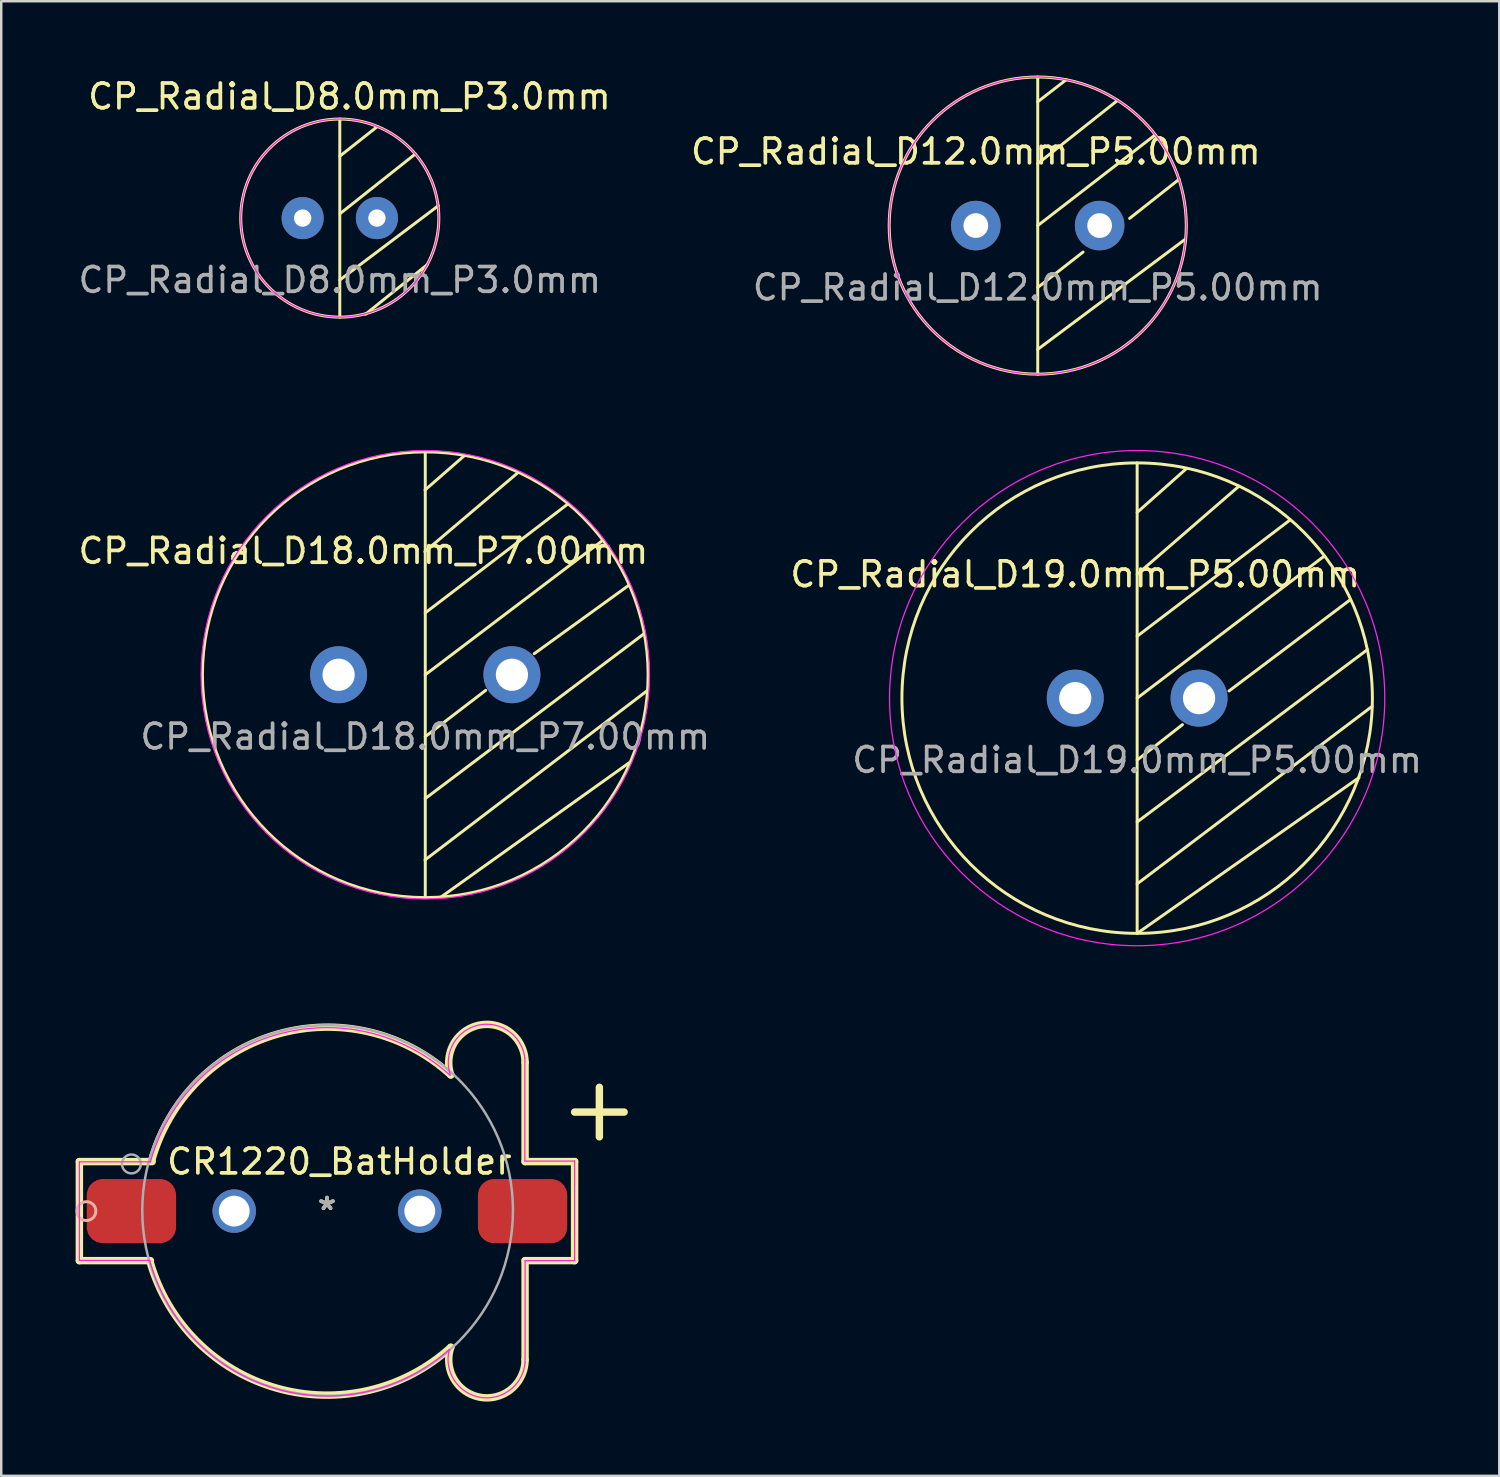
<source format=kicad_pcb>
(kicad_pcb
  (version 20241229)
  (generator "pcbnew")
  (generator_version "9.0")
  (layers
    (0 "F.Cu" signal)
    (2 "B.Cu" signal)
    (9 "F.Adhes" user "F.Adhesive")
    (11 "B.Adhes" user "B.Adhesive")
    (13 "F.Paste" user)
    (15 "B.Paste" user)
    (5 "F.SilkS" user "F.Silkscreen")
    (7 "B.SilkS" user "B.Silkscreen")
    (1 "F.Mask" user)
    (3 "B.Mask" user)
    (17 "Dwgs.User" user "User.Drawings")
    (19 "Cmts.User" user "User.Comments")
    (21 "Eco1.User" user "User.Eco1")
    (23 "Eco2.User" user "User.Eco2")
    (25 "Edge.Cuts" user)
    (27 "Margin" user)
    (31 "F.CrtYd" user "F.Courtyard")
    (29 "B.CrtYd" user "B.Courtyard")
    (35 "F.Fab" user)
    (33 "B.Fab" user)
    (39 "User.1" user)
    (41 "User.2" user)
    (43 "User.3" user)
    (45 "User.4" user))
  (footprint "CR1220_BatHolder"
    (layer "F.Cu")
    (at 10.156 45.862)
    (property "Reference" "CR1220_BatHolder" (at 0.5 -2 0) (layer "F.SilkS") (effects (font (size 1 1) (thickness 0.15))))
    (attr through_hole)
    (fp_line (start -10 -2) (end -10 2) (stroke (width 0.3) (type solid)) (layer "F.SilkS"))
    (fp_line (start -10 -2) (end -7.06 -2) (stroke (width 0.3) (type solid)) (layer "F.SilkS"))
    (fp_line (start -10 2) (end -10 0) (stroke (width 0.12) (type solid)) (layer "F.SilkS"))
    (fp_line (start -10 2) (end -7.13 2) (stroke (width 0.3) (type solid)) (layer "F.SilkS"))
    (fp_line (start 8 -2) (end 8 -6) (stroke (width 0.3) (type solid)) (layer "F.SilkS"))
    (fp_line (start 8 6) (end 8 2) (stroke (width 0.3) (type solid)) (layer "F.SilkS"))
    (fp_line (start 10 -4) (end 12 -4) (stroke (width 0.3) (type solid)) (layer "F.SilkS"))
    (fp_line (start 10 -2) (end 8 -2) (stroke (width 0.3) (type solid)) (layer "F.SilkS"))
    (fp_line (start 10 2) (end 8 2) (stroke (width 0.3) (type solid)) (layer "F.SilkS"))
    (fp_line (start 10 2) (end 10 -2) (stroke (width 0.3) (type solid)) (layer "F.SilkS"))
    (fp_line (start 11 -5) (end 11 -3) (stroke (width 0.3) (type solid)) (layer "F.SilkS"))
    (fp_arc (start -7.085387 -2.023702) (mid -2.015108 -7.142458) (end 4.999999 -5.499999) (stroke (width 0.3) (type solid)) (layer "F.SilkS"))
    (fp_arc (start 4.999999 -5.499999) (mid 6.204883 -7.520691) (end 8 -6) (stroke (width 0.3) (type solid)) (layer "F.SilkS"))
    (fp_arc (start 5 5.5) (mid -2.034878 7.148013) (end -7.14704 2.042011) (stroke (width 0.3) (type solid)) (layer "F.SilkS"))
    (fp_arc (start 8 6) (mid 6.204884 7.520691) (end 5 5.5) (stroke (width 0.3) (type solid)) (layer "F.SilkS"))
    (fp_circle (center -9.716 0) (end -9.335 0) (stroke (width 0.12) (type solid)) (fill no) (layer "B.SilkS"))
    (fp_line (start -10 -1.99) (end -10 1.99) (stroke (width 0.05) (type solid)) (layer "F.CrtYd"))
    (fp_line (start -10 1.99) (end -7.16 1.99) (stroke (width 0.05) (type solid)) (layer "F.CrtYd"))
    (fp_line (start -7.13 -1.99) (end -10 -1.99) (stroke (width 0.05) (type solid)) (layer "F.CrtYd"))
    (fp_line (start 7.99 -6.18) (end 7.99 -2.02) (stroke (width 0.05) (type solid)) (layer "F.CrtYd"))
    (fp_line (start 7.99 -2.02) (end 10 -2.02) (stroke (width 0.05) (type solid)) (layer "F.CrtYd"))
    (fp_line (start 8 2) (end 8 6.11) (stroke (width 0.05) (type solid)) (layer "F.CrtYd"))
    (fp_line (start 10 -2.02) (end 10 2) (stroke (width 0.05) (type solid)) (layer "F.CrtYd"))
    (fp_line (start 10 2) (end 8 2) (stroke (width 0.05) (type solid)) (layer "F.CrtYd"))
    (fp_arc (start -7.13 -1.99) (mid -2.054791 -7.119859) (end 4.973172 -5.482502) (stroke (width 0.05) (type solid)) (layer "F.CrtYd"))
    (fp_arc (start 4.94 5.59) (mid -2.112703 7.160194) (end -7.16 1.99) (stroke (width 0.05) (type solid)) (layer "F.CrtYd"))
    (fp_arc (start 4.98 -5.5) (mid 6.107879 -7.509316) (end 7.99 -6.18) (stroke (width 0.05) (type solid)) (layer "F.CrtYd"))
    (fp_arc (start 7.999999 6.11) (mid 6.186266 7.519655) (end 4.94 5.59) (stroke (width 0.05) (type solid)) (layer "F.CrtYd"))
    (fp_circle (center -7.899 -1.905) (end -7.518 -1.905) (stroke (width 0.1) (type solid)) (fill no) (layer "F.Fab"))
    (fp_circle (center 0.025 -0.025) (end 5.075 5.5) (stroke (width 0.1) (type solid)) (fill no) (layer "F.Fab"))
    (fp_text user "*" (at 0 0 0) (layer "F.SilkS") (effects (font (size 1 1) (thickness 0.15))))
    (fp_text user "Copyright 2021 Accelerated Designs. All rights reserved." (at 0 0 0) (layer "Cmts.User") (effects (font (size 0.127 0.127) (thickness 0.002))))
    (fp_text user "*" (at 0 0 0) (layer "F.Fab") (effects (font (size 1 1) (thickness 0.15))))
    (pad "" np_thru_hole circle (at -3.747 0 90) (size 1.753 1.753) (drill 1.245) (layers "*.Cu" "*.Mask"))
    (pad "" np_thru_hole circle (at 3.747 0 90) (size 1.753 1.753) (drill 1.245) (layers "*.Cu" "*.Mask"))
    (pad "1" smd roundrect (at -7.899 0) (size 3.607 2.591) (layers "F.Cu" "F.Mask" "F.Paste") (roundrect_rratio 0.25))
    (pad "2" smd roundrect (at 7.899 0) (size 3.607 2.591) (layers "F.Cu" "F.Mask" "F.Paste") (roundrect_rratio 0.25)))
  (footprint "CP_Radial_D19.0mm_P5.00mm"
    (layer "F.Cu")
    (at 42.875 25.145)
    (property "Reference" "CP_Radial_D19.0mm_P5.00mm" (at -2.5 -5 0) (unlocked yes) (layer "F.SilkS") (effects (font (size 1 1) (thickness 0.15))))
    (attr through_hole)
    (fp_line (start 0 -9.5) (end 0 9.5) (stroke (width 0.12) (type solid)) (layer "F.SilkS"))
    (fp_line (start 0 -7.5) (end 2 -9.28) (stroke (width 0.12) (type solid)) (layer "F.SilkS"))
    (fp_line (start 0 -5) (end 4.11 -8.56) (stroke (width 0.12) (type solid)) (layer "F.SilkS"))
    (fp_line (start 0 -2.5) (end 6.18 -7.2) (stroke (width 0.12) (type solid)) (layer "F.SilkS"))
    (fp_line (start 0 0) (end 7.56 -5.74) (stroke (width 0.12) (type solid)) (layer "F.SilkS"))
    (fp_line (start 0 2.5) (end 1.83 1.07) (stroke (width 0.12) (type solid)) (layer "F.SilkS"))
    (fp_line (start 0 5) (end 9.3 -1.96) (stroke (width 0.12) (type solid)) (layer "F.SilkS"))
    (fp_line (start 0 7.5) (end 9.49 0.33) (stroke (width 0.12) (type solid)) (layer "F.SilkS"))
    (fp_line (start 0 9.5) (end 8.96 3.21) (stroke (width 0.12) (type solid)) (layer "F.SilkS"))
    (fp_line (start 3.71 -0.29) (end 8.6 -3.97) (stroke (width 0.12) (type solid)) (layer "F.SilkS"))
    (fp_circle (center 0 0) (end 0 -9.5) (stroke (width 0.12) (type solid)) (fill no) (layer "F.SilkS"))
    (fp_circle (center 0 0) (end 0 -10) (stroke (width 0.05) (type solid)) (fill no) (layer "F.CrtYd"))
    (fp_text user "${REFERENCE}" (at 0 2.5 0) (unlocked yes) (layer "F.Fab") (effects (font (size 1 1) (thickness 0.15))))
    (pad "1" thru_hole circle (at -2.5 0) (size 2.3 2.3) (drill 1.3) (layers "*.Cu" "*.Mask"))
    (pad "2" thru_hole circle (at 2.5 0) (size 2.3 2.3) (drill 1.3) (layers "*.Cu" "*.Mask")))
  (footprint "CP_Radial_D18.0mm_P7.00mm"
    (layer "F.Cu")
    (at 14.125 24.2)
    (property "Reference" "CP_Radial_D18.0mm_P7.00mm" (at -2.5 -5 0) (unlocked yes) (layer "F.SilkS") (effects (font (size 1 1) (thickness 0.15))))
    (attr through_hole)
    (fp_line (start -0.02 -4.97) (end 3.74 -8.16) (stroke (width 0.12) (type solid)) (layer "F.SilkS"))
    (fp_line (start -0.01 -7.46) (end 1.58 -8.85) (stroke (width 0.12) (type solid)) (layer "F.SilkS"))
    (fp_line (start -0.01 7.48) (end 8.98 0.63) (stroke (width 0.12) (type solid)) (layer "F.SilkS"))
    (fp_line (start 0 -9) (end 0 9) (stroke (width 0.12) (type solid)) (layer "F.SilkS"))
    (fp_line (start 0 -2.5) (end 5.75 -6.89) (stroke (width 0.12) (type solid)) (layer "F.SilkS"))
    (fp_line (start 0 0) (end 7.17 -5.43) (stroke (width 0.12) (type solid)) (layer "F.SilkS"))
    (fp_line (start 0 2.5) (end 2.44 0.63) (stroke (width 0.12) (type solid)) (layer "F.SilkS"))
    (fp_line (start 0 5) (end 8.84 -1.66) (stroke (width 0.12) (type solid)) (layer "F.SilkS"))
    (fp_line (start 0.66 8.96) (end 8.27 3.53) (stroke (width 0.12) (type solid)) (layer "F.SilkS"))
    (fp_line (start 4.4 -0.85) (end 8.23 -3.62) (stroke (width 0.12) (type solid)) (layer "F.SilkS"))
    (fp_circle (center 0 0) (end 0 -9) (stroke (width 0.12) (type solid)) (fill no) (layer "F.SilkS"))
    (fp_circle (center 0 0) (end 1 -9) (stroke (width 0.05) (type solid)) (fill no) (layer "F.CrtYd"))
    (fp_text user "${REFERENCE}" (at 0 2.5 0) (unlocked yes) (layer "F.Fab") (effects (font (size 1 1) (thickness 0.15))))
    (pad "1" thru_hole circle (at -3.5 0) (size 2.3 2.3) (drill 1.3) (layers "*.Cu" "*.Mask"))
    (pad "2" thru_hole circle (at 3.5 0) (size 2.3 2.3) (drill 1.3) (layers "*.Cu" "*.Mask")))
  (footprint "CP_Radial_D8.0mm_P3.0mm"
    (layer "F.Cu")
    (at 10.673 5.758)
    (property "Reference" "CP_Radial_D8.0mm_P3.0mm" (at 0.39 -4.91 0) (unlocked yes) (layer "F.SilkS") (effects (font (size 1 1) (thickness 0.15))))
    (attr through_hole)
    (fp_line (start 0 -4) (end 0 4) (stroke (width 0.12) (type solid)) (layer "F.SilkS"))
    (fp_line (start 0 -2.5) (end 1.52 -3.7) (stroke (width 0.12) (type solid)) (layer "F.SilkS"))
    (fp_line (start 0 2.5) (end 3.98 -0.5) (stroke (width 0.12) (type solid)) (layer "F.SilkS"))
    (fp_line (start 0.01 -0.18) (end 3.05 -2.59) (stroke (width 0.12) (type solid)) (layer "F.SilkS"))
    (fp_line (start 1.04 3.88) (end 3.52 1.89) (stroke (width 0.12) (type solid)) (layer "F.SilkS"))
    (fp_circle (center 0 0) (end 0 -4) (stroke (width 0.12) (type solid)) (fill no) (layer "F.SilkS"))
    (fp_circle (center 0 0) (end 0 -4) (stroke (width 0.05) (type solid)) (fill no) (layer "F.CrtYd"))
    (fp_text user "${REFERENCE}" (at 0 2.5 0) (unlocked yes) (layer "F.Fab") (effects (font (size 1 1) (thickness 0.15))))
    (pad "1" thru_hole circle (at -1.5 0) (size 1.7 1.7) (drill 0.7) (layers "*.Cu" "*.Mask"))
    (pad "2" thru_hole circle (at 1.5 0) (size 1.7 1.7) (drill 0.7) (layers "*.Cu" "*.Mask")))
  (footprint "CP_Radial_D12.0mm_P5.00mm"
    (layer "F.Cu")
    (at 38.86 6.06)
    (property "Reference" "CP_Radial_D12.0mm_P5.00mm" (at -2.5 -2.99 0) (unlocked yes) (layer "F.SilkS") (effects (font (size 1 1) (thickness 0.15))))
    (attr through_hole)
    (fp_line (start 0 -6) (end 0 6) (stroke (width 0.12) (type solid)) (layer "F.SilkS"))
    (fp_line (start 0 -5) (end 1.15 -5.89) (stroke (width 0.12) (type solid)) (layer "F.SilkS"))
    (fp_line (start 0 -2.5) (end 3.23 -5.06) (stroke (width 0.12) (type solid)) (layer "F.SilkS"))
    (fp_line (start 0 0) (end 4.74 -3.66) (stroke (width 0.12) (type solid)) (layer "F.SilkS"))
    (fp_line (start 0 2.5) (end 1.83 1.07) (stroke (width 0.12) (type solid)) (layer "F.SilkS"))
    (fp_line (start 0 5) (end 5.96 0.55) (stroke (width 0.12) (type solid)) (layer "F.SilkS"))
    (fp_line (start 3.71 -0.29) (end 5.71 -1.87) (stroke (width 0.12) (type solid)) (layer "F.SilkS"))
    (fp_circle (center 0 0) (end 0 -6) (stroke (width 0.12) (type solid)) (fill no) (layer "F.SilkS"))
    (fp_circle (center 0 0) (end 0 -6) (stroke (width 0.05) (type solid)) (fill no) (layer "F.CrtYd"))
    (fp_text user "${REFERENCE}" (at 0 2.5 0) (unlocked yes) (layer "F.Fab") (effects (font (size 1 1) (thickness 0.15))))
    (pad "1" thru_hole circle (at -2.5 0) (size 2 2) (drill 1) (layers "*.Cu" "*.Mask"))
    (pad "2" thru_hole circle (at 2.5 0) (size 2 2) (drill 1) (layers "*.Cu" "*.Mask")))
  (gr_rect
    (start -3 -3)
    (end 57.5 56.553)
    (stroke (width 0.1) (type default))
    (fill no)
    (layer "Edge.Cuts")))
</source>
